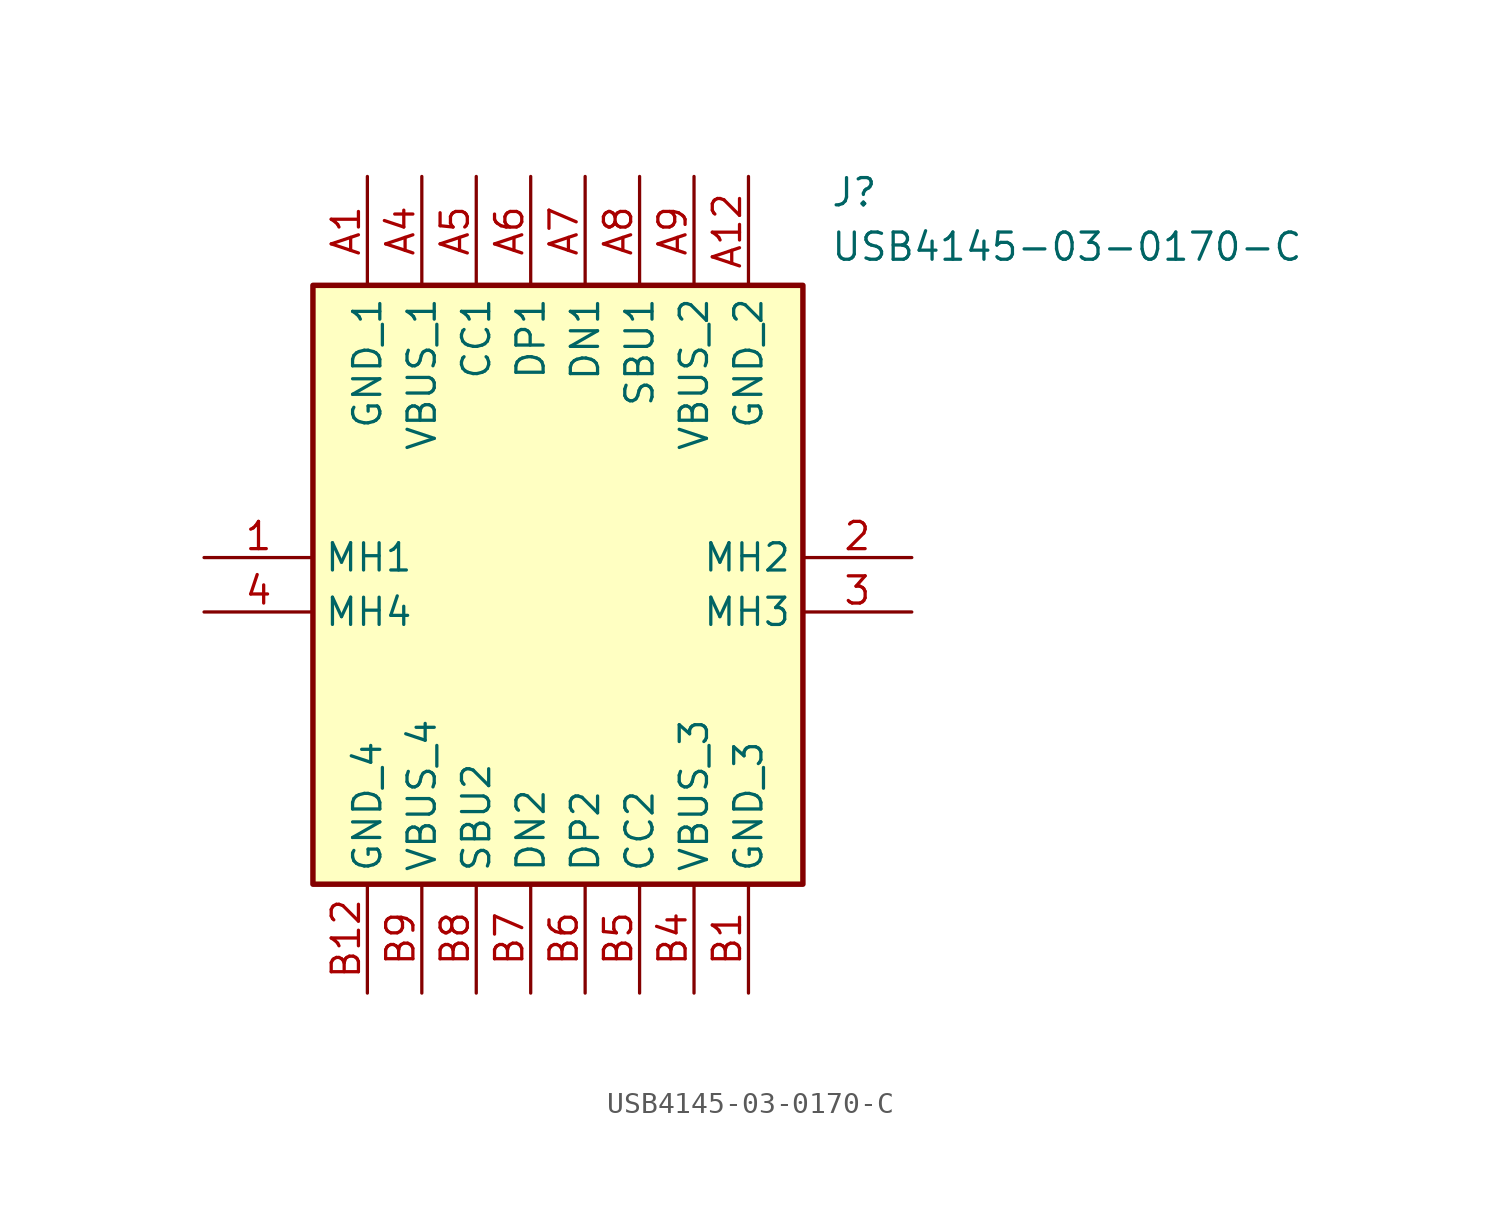
<source format=kicad_sym>
(kicad_symbol_lib
  (version 20211014)
  (generator SamacSys_ECAD_Model)
  (symbol "USB4145-03-0170-C"
    (property "Reference" "J"
      (at 29.21 17.78 0)
      (effects (font (size 1.27 1.27)) (justify left top)))
    (property "Value" "USB4145-03-0170-C"
      (at 29.21 15.24 0)
      (effects (font (size 1.27 1.27)) (justify left top)))
    (rectangle
      (start 5.08 12.7)
      (end 27.94 -15.24)
      (stroke (width 0.254) (type default))
      (fill (type background)))
    (pin passive line
      (at 0 0 0)
      (length 5.08)
      (name "MH1" (effects (font (size 1.27 1.27))))
      (number "1" (effects (font (size 1.27 1.27)))))
    (pin passive line
      (at 33.02 0 180)
      (length 5.08)
      (name "MH2" (effects (font (size 1.27 1.27))))
      (number "2" (effects (font (size 1.27 1.27)))))
    (pin passive line
      (at 33.02 -2.54 180)
      (length 5.08)
      (name "MH3" (effects (font (size 1.27 1.27))))
      (number "3" (effects (font (size 1.27 1.27)))))
    (pin passive line
      (at 0 -2.54 0)
      (length 5.08)
      (name "MH4" (effects (font (size 1.27 1.27))))
      (number "4" (effects (font (size 1.27 1.27)))))
    (pin passive line
      (at 7.62 17.78 270)
      (length 5.08)
      (name "GND_1" (effects (font (size 1.27 1.27))))
      (number "A1" (effects (font (size 1.27 1.27)))))
    (pin passive line
      (at 10.16 17.78 270)
      (length 5.08)
      (name "VBUS_1" (effects (font (size 1.27 1.27))))
      (number "A4" (effects (font (size 1.27 1.27)))))
    (pin passive line
      (at 12.7 17.78 270)
      (length 5.08)
      (name "CC1" (effects (font (size 1.27 1.27))))
      (number "A5" (effects (font (size 1.27 1.27)))))
    (pin passive line
      (at 15.24 17.78 270)
      (length 5.08)
      (name "DP1" (effects (font (size 1.27 1.27))))
      (number "A6" (effects (font (size 1.27 1.27)))))
    (pin passive line
      (at 17.78 17.78 270)
      (length 5.08)
      (name "DN1" (effects (font (size 1.27 1.27))))
      (number "A7" (effects (font (size 1.27 1.27)))))
    (pin passive line
      (at 20.32 17.78 270)
      (length 5.08)
      (name "SBU1" (effects (font (size 1.27 1.27))))
      (number "A8" (effects (font (size 1.27 1.27)))))
    (pin passive line
      (at 22.86 17.78 270)
      (length 5.08)
      (name "VBUS_2" (effects (font (size 1.27 1.27))))
      (number "A9" (effects (font (size 1.27 1.27)))))
    (pin passive line
      (at 25.4 17.78 270)
      (length 5.08)
      (name "GND_2" (effects (font (size 1.27 1.27))))
      (number "A12" (effects (font (size 1.27 1.27)))))
    (pin passive line
      (at 25.4 -20.32 90)
      (length 5.08)
      (name "GND_3" (effects (font (size 1.27 1.27))))
      (number "B1" (effects (font (size 1.27 1.27)))))
    (pin passive line
      (at 22.86 -20.32 90)
      (length 5.08)
      (name "VBUS_3" (effects (font (size 1.27 1.27))))
      (number "B4" (effects (font (size 1.27 1.27)))))
    (pin passive line
      (at 20.32 -20.32 90)
      (length 5.08)
      (name "CC2" (effects (font (size 1.27 1.27))))
      (number "B5" (effects (font (size 1.27 1.27)))))
    (pin passive line
      (at 17.78 -20.32 90)
      (length 5.08)
      (name "DP2" (effects (font (size 1.27 1.27))))
      (number "B6" (effects (font (size 1.27 1.27)))))
    (pin passive line
      (at 15.24 -20.32 90)
      (length 5.08)
      (name "DN2" (effects (font (size 1.27 1.27))))
      (number "B7" (effects (font (size 1.27 1.27)))))
    (pin passive line
      (at 12.7 -20.32 90)
      (length 5.08)
      (name "SBU2" (effects (font (size 1.27 1.27))))
      (number "B8" (effects (font (size 1.27 1.27)))))
    (pin passive line
      (at 10.16 -20.32 90)
      (length 5.08)
      (name "VBUS_4" (effects (font (size 1.27 1.27))))
      (number "B9" (effects (font (size 1.27 1.27)))))
    (pin passive line
      (at 7.62 -20.32 90)
      (length 5.08)
      (name "GND_4" (effects (font (size 1.27 1.27))))
      (number "B12" (effects (font (size 1.27 1.27)))))))
</source>
